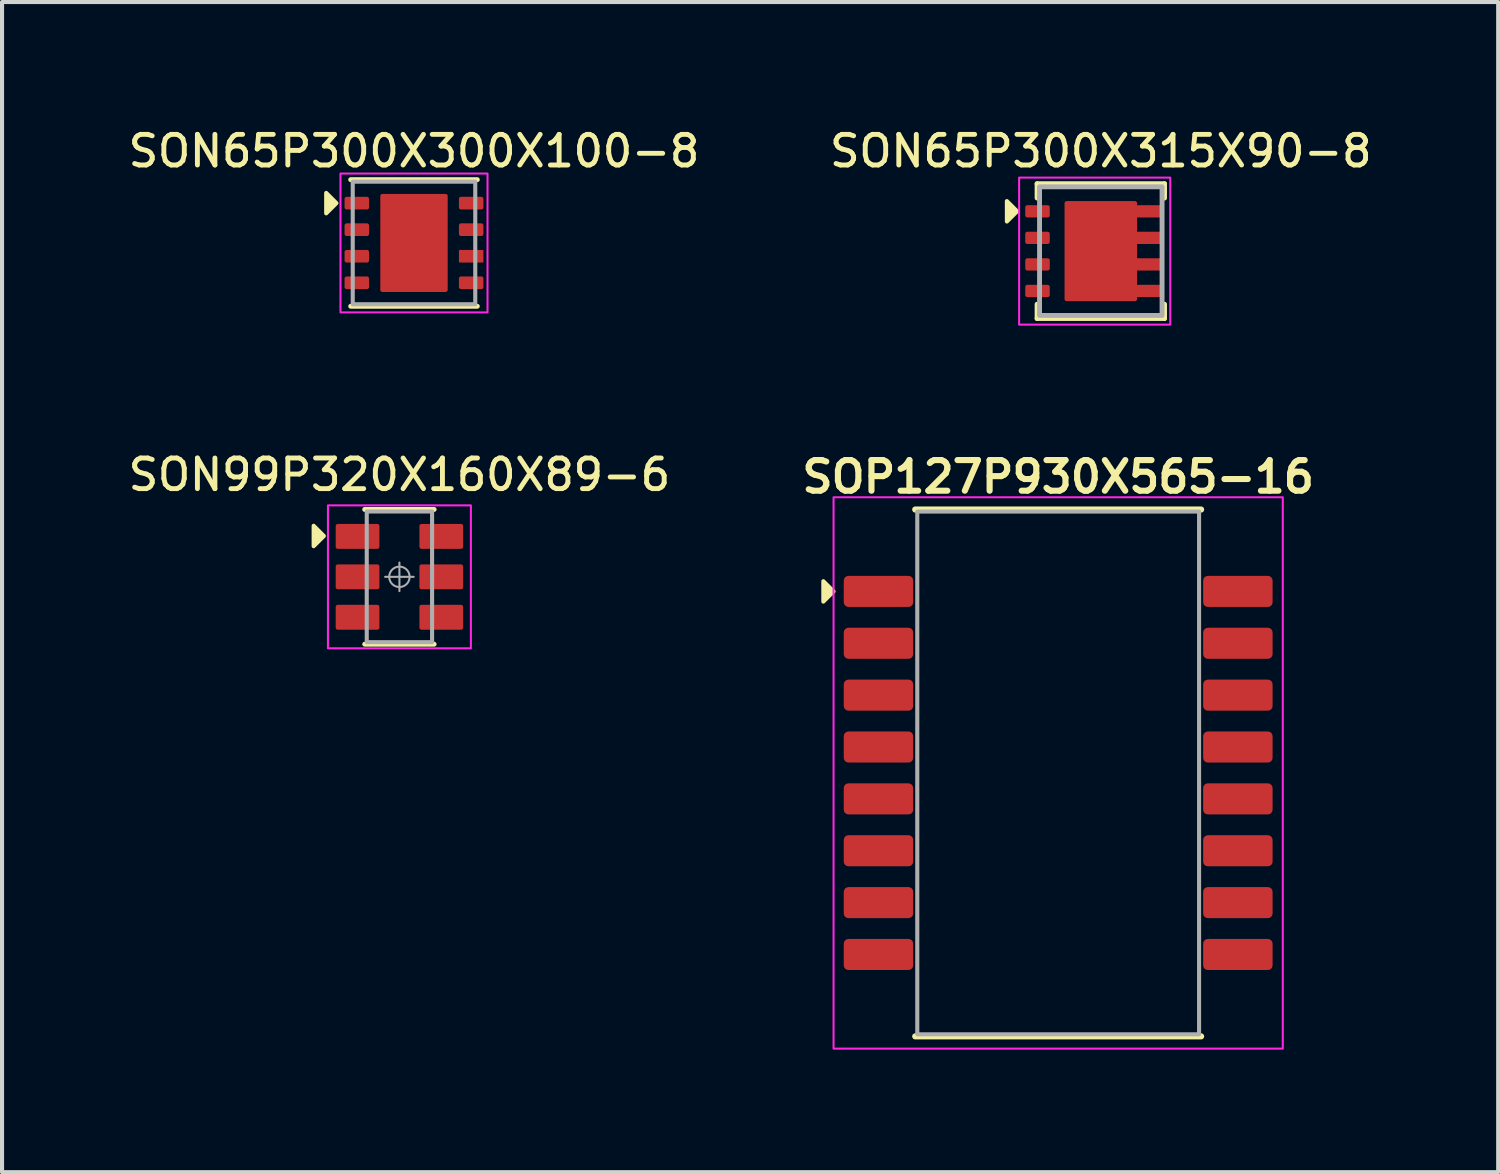
<source format=kicad_pcb>
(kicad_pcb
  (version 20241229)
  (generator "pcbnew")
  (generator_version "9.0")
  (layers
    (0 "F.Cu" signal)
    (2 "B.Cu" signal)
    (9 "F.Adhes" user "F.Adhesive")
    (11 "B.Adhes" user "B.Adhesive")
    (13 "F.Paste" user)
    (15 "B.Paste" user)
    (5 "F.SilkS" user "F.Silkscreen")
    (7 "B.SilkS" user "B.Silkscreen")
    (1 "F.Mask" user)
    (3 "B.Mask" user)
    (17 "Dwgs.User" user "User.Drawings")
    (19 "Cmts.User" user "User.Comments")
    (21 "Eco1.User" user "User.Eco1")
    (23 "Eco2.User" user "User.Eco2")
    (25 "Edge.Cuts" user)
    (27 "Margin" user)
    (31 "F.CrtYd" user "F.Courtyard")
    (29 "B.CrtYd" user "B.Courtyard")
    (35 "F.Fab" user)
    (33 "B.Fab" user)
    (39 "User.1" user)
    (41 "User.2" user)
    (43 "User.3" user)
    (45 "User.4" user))
  (footprint "SOP127P930X565-16"
    (layer "F.Cu")
    (at 22.86 15.876)
    (property "Reference" "SOP127P930X565-16" (at 0 -7.25 0) (unlocked yes) (layer "F.SilkS") (effects (font (size 0.75 0.75) (thickness 0.15) (bold yes))))
    (attr smd)
    (fp_line (start -3.5 -6.45) (end 3.5 -6.45) (stroke (width 0.15) (type solid)) (layer "F.SilkS"))
    (fp_line (start -3.5 6.45) (end 3.5 6.45) (stroke (width 0.15) (type solid)) (layer "F.SilkS"))
    (fp_poly (pts (xy -5.5 -4.445) (xy -5.75 -4.195) (xy -5.75 -4.695)) (stroke (width 0.1) (type solid)) (fill yes) (layer "F.SilkS"))
    (fp_rect (start -5.5 -6.75) (end 5.5 6.75) (stroke (width 0.05) (type solid)) (fill no) (layer "F.CrtYd"))
    (fp_rect (start -3.45 -6.4) (end 3.45 6.4) (stroke (width 0.1) (type solid)) (fill no) (layer "F.Fab"))
    (pad "1" smd roundrect (at -4.4 -4.445) (size 1.7 0.76) (layers "F.Cu" "F.Mask" "F.Paste") (roundrect_rratio 0.15))
    (pad "2" smd roundrect (at -4.4 -0.635) (size 1.7 0.76) (layers "F.Cu" "F.Mask" "F.Paste") (roundrect_rratio 0.15))
    (pad "3" smd roundrect (at -4.4 -1.905) (size 1.7 0.76) (layers "F.Cu" "F.Mask" "F.Paste") (roundrect_rratio 0.15))
    (pad "4" smd roundrect (at -4.4 -3.175) (size 1.7 0.76) (layers "F.Cu" "F.Mask" "F.Paste") (roundrect_rratio 0.15))
    (pad "5" smd roundrect (at -4.4 0.635) (size 1.7 0.76) (layers "F.Cu" "F.Mask" "F.Paste") (roundrect_rratio 0.15))
    (pad "6" smd roundrect (at -4.4 1.905) (size 1.7 0.76) (layers "F.Cu" "F.Mask" "F.Paste") (roundrect_rratio 0.15))
    (pad "7" smd roundrect (at -4.4 3.175) (size 1.7 0.76) (layers "F.Cu" "F.Mask" "F.Paste") (roundrect_rratio 0.15))
    (pad "8" smd roundrect (at -4.4 4.445) (size 1.7 0.76) (layers "F.Cu" "F.Mask" "F.Paste") (roundrect_rratio 0.15))
    (pad "9" smd roundrect (at 4.4 4.445) (size 1.7 0.76) (layers "F.Cu" "F.Mask" "F.Paste") (roundrect_rratio 0.15))
    (pad "10" smd roundrect (at 4.4 3.175) (size 1.7 0.76) (layers "F.Cu" "F.Mask" "F.Paste") (roundrect_rratio 0.15))
    (pad "11" smd roundrect (at 4.4 1.905) (size 1.7 0.76) (layers "F.Cu" "F.Mask" "F.Paste") (roundrect_rratio 0.15))
    (pad "12" smd roundrect (at 4.4 0.635) (size 1.7 0.76) (layers "F.Cu" "F.Mask" "F.Paste") (roundrect_rratio 0.15))
    (pad "13" smd roundrect (at 4.4 -0.635) (size 1.7 0.76) (layers "F.Cu" "F.Mask" "F.Paste") (roundrect_rratio 0.15))
    (pad "14" smd roundrect (at 4.4 -1.905) (size 1.7 0.76) (layers "F.Cu" "F.Mask" "F.Paste") (roundrect_rratio 0.15))
    (pad "15" smd roundrect (at 4.4 -3.175) (size 1.7 0.76) (layers "F.Cu" "F.Mask" "F.Paste") (roundrect_rratio 0.15))
    (pad "16" smd roundrect (at 4.4 -4.445) (size 1.7 0.76) (layers "F.Cu" "F.Mask" "F.Paste") (roundrect_rratio 0.15)))
  (footprint "SON65P300X300X100-8"
    (layer "F.Cu")
    (at 7.087 2.899)
    (property "Reference" "SON65P300X300X100-8" (at 0 -2.25 0) (unlocked yes) (layer "F.SilkS") (effects (font (size 0.75 0.75) (thickness 0.12))))
    (attr smd)
    (fp_line (start -1.55 1.55) (end 1.55 1.55) (stroke (width 0.12) (type solid)) (layer "F.SilkS"))
    (fp_line (start 1.55 -1.55) (end -1.55 -1.55) (stroke (width 0.12) (type solid)) (layer "F.SilkS"))
    (fp_poly (pts (xy -1.9 -0.975) (xy -2.15 -0.725) (xy -2.15 -1.225)) (stroke (width 0.1) (type solid)) (fill yes) (layer "F.SilkS"))
    (fp_rect (start -1.8 -1.7) (end 1.8 1.7) (stroke (width 0.05) (type default)) (fill no) (layer "F.CrtYd"))
    (fp_rect (start -1.5 -1.5) (end 1.5 1.5) (stroke (width 0.1) (type solid)) (fill no) (layer "F.Fab"))
    (pad "1" smd roundrect (at -1.4 -0.975) (size 0.6 0.31) (layers "F.Cu" "F.Mask" "F.Paste") (roundrect_rratio 0.161))
    (pad "2" smd roundrect (at -1.4 -0.325) (size 0.6 0.31) (layers "F.Cu" "F.Mask" "F.Paste") (roundrect_rratio 0.161))
    (pad "3" smd roundrect (at -1.4 0.325) (size 0.6 0.31) (layers "F.Cu" "F.Mask" "F.Paste") (roundrect_rratio 0.161))
    (pad "4" smd roundrect (at -1.4 0.975) (size 0.6 0.31) (layers "F.Cu" "F.Mask" "F.Paste") (roundrect_rratio 0.161))
    (pad "5" smd roundrect (at 1.4 0.975) (size 0.6 0.31) (layers "F.Cu" "F.Mask" "F.Paste") (roundrect_rratio 0.161))
    (pad "6" smd roundrect (at 1.4 0.325) (size 0.6 0.31) (layers "F.Cu" "F.Mask" "F.Paste") (roundrect_rratio 0.072))
    (pad "7" smd roundrect (at 1.4 -0.325) (size 0.6 0.31) (layers "F.Cu" "F.Mask" "F.Paste") (roundrect_rratio 0.161))
    (pad "8" smd roundrect (at 1.4 -0.975) (size 0.6 0.31) (layers "F.Cu" "F.Mask" "F.Paste") (roundrect_rratio 0.161))
    (pad "9" smd roundrect (at 0 0) (size 1.65 2.4) (layers "F.Cu" "F.Mask" "F.Paste") (roundrect_rratio 0.03)))
  (footprint "SON65P300X315X90-8"
    (layer "F.Cu")
    (at 23.904 3.099)
    (property "Reference" "SON65P300X315X90-8" (at 0 -2.45 0) (unlocked yes) (layer "F.SilkS") (effects (font (size 0.75 0.75) (thickness 0.12))))
    (attr smd)
    (fp_line (start -1.56 -1.65) (end -1.56 -1.3) (stroke (width 0.12) (type default)) (layer "F.SilkS"))
    (fp_line (start -1.56 1.65) (end -1.56 1.3) (stroke (width 0.12) (type default)) (layer "F.SilkS"))
    (fp_line (start -1.56 1.65) (end 1.56 1.65) (stroke (width 0.12) (type default)) (layer "F.SilkS"))
    (fp_line (start 1.56 -1.65) (end -1.56 -1.65) (stroke (width 0.12) (type default)) (layer "F.SilkS"))
    (fp_line (start 1.56 -1.65) (end 1.56 -1.3) (stroke (width 0.12) (type default)) (layer "F.SilkS"))
    (fp_line (start 1.56 1.65) (end 1.56 1.3) (stroke (width 0.12) (type default)) (layer "F.SilkS"))
    (fp_poly (pts (xy -2.05 -0.975) (xy -2.3 -0.725) (xy -2.3 -1.225)) (stroke (width 0.1) (type solid)) (fill yes) (layer "F.SilkS"))
    (fp_rect (start -2 -1.8) (end 1.7 1.8) (stroke (width 0.05) (type default)) (fill no) (layer "F.CrtYd"))
    (fp_rect (start -1.5 -1.575) (end 1.5 1.575) (stroke (width 0.12) (type solid)) (fill no) (layer "F.Fab"))
    (pad "1" smd roundrect (at -1.55 -0.975) (size 0.6 0.3) (layers "F.Cu" "F.Mask") (roundrect_rratio 0.167))
    (pad "2" smd roundrect (at -1.55 -0.325) (size 0.6 0.3) (layers "F.Cu" "F.Mask") (roundrect_rratio 0.167))
    (pad "3" smd roundrect (at -1.55 0.325) (size 0.6 0.3) (layers "F.Cu" "F.Mask") (roundrect_rratio 0.167))
    (pad "4" smd roundrect (at -1.55 0.975) (size 0.6 0.3) (layers "F.Cu" "F.Mask") (roundrect_rratio 0.167))
    (pad "5" smd roundrect (at 1.185 0.975) (size 0.675 0.3) (layers "F.Cu" "F.Mask") (roundrect_rratio 0.167))
    (pad "6" smd roundrect (at 1.185 0.325) (size 0.675 0.3) (layers "F.Cu" "F.Mask") (roundrect_rratio 0.167))
    (pad "7" smd roundrect (at 1.185 -0.325) (size 0.675 0.3) (layers "F.Cu" "F.Mask") (roundrect_rratio 0.167))
    (pad "8" smd roundrect (at 1.185 -0.975) (size 0.675 0.3) (layers "F.Cu" "F.Mask") (roundrect_rratio 0.167))
    (pad "9" smd roundrect (at 0 0) (size 1.775 2.45) (layers "F.Cu" "F.Mask") (roundrect_rratio 0.028)))
  (footprint "SON99P320X160X89-6"
    (layer "F.Cu")
    (at 6.73 11.074)
    (property "Reference" "SON99P320X160X89-6" (at 0 -2.5 0) (unlocked yes) (layer "F.SilkS") (effects (font (size 0.75 0.75) (thickness 0.12))))
    (attr smd)
    (fp_line (start 0.85 -1.65) (end -0.85 -1.65) (stroke (width 0.12) (type solid)) (layer "F.SilkS"))
    (fp_line (start 0.85 1.65) (end -0.85 1.65) (stroke (width 0.12) (type solid)) (layer "F.SilkS"))
    (fp_poly (pts (xy -1.85 -1) (xy -2.1 -0.75) (xy -2.1 -1.25)) (stroke (width 0.1) (type solid)) (fill yes) (layer "F.SilkS"))
    (fp_rect (start -1.75 -1.75) (end 1.75 1.75) (stroke (width 0.05) (type default)) (fill no) (layer "F.CrtYd"))
    (fp_line (start 0 -0.35) (end 0 0.35) (stroke (width 0.05) (type solid)) (layer "F.Fab"))
    (fp_line (start 0.35 0) (end -0.35 0) (stroke (width 0.05) (type solid)) (layer "F.Fab"))
    (fp_rect (start -0.8 -1.6) (end 0.8 1.6) (stroke (width 0.1) (type solid)) (fill no) (layer "F.Fab"))
    (fp_circle (center 0 0) (end 0 0.25) (stroke (width 0.05) (type solid)) (fill no) (layer "F.Fab"))
    (pad "1" smd roundrect (at -1.025 -0.99) (size 1.07 0.61) (layers "F.Cu" "F.Mask" "F.Paste") (roundrect_rratio 0.082))
    (pad "2" smd roundrect (at -1.025 0) (size 1.07 0.61) (layers "F.Cu" "F.Mask" "F.Paste") (roundrect_rratio 0.082))
    (pad "3" smd roundrect (at -1.025 0.99) (size 1.07 0.61) (layers "F.Cu" "F.Mask" "F.Paste") (roundrect_rratio 0.082))
    (pad "4" smd roundrect (at 1.025 0.99) (size 1.07 0.61) (layers "F.Cu" "F.Mask" "F.Paste") (roundrect_rratio 0.082))
    (pad "5" smd roundrect (at 1.025 0) (size 1.07 0.61) (layers "F.Cu" "F.Mask" "F.Paste") (roundrect_rratio 0.082))
    (pad "6" smd roundrect (at 1.025 -0.99) (size 1.07 0.61) (layers "F.Cu" "F.Mask" "F.Paste") (roundrect_rratio 0.082)))
  (gr_rect
    (start -3 -3)
    (end 33.634 25.651)
    (stroke (width 0.1) (type default))
    (fill no)
    (layer "Edge.Cuts")))
</source>
